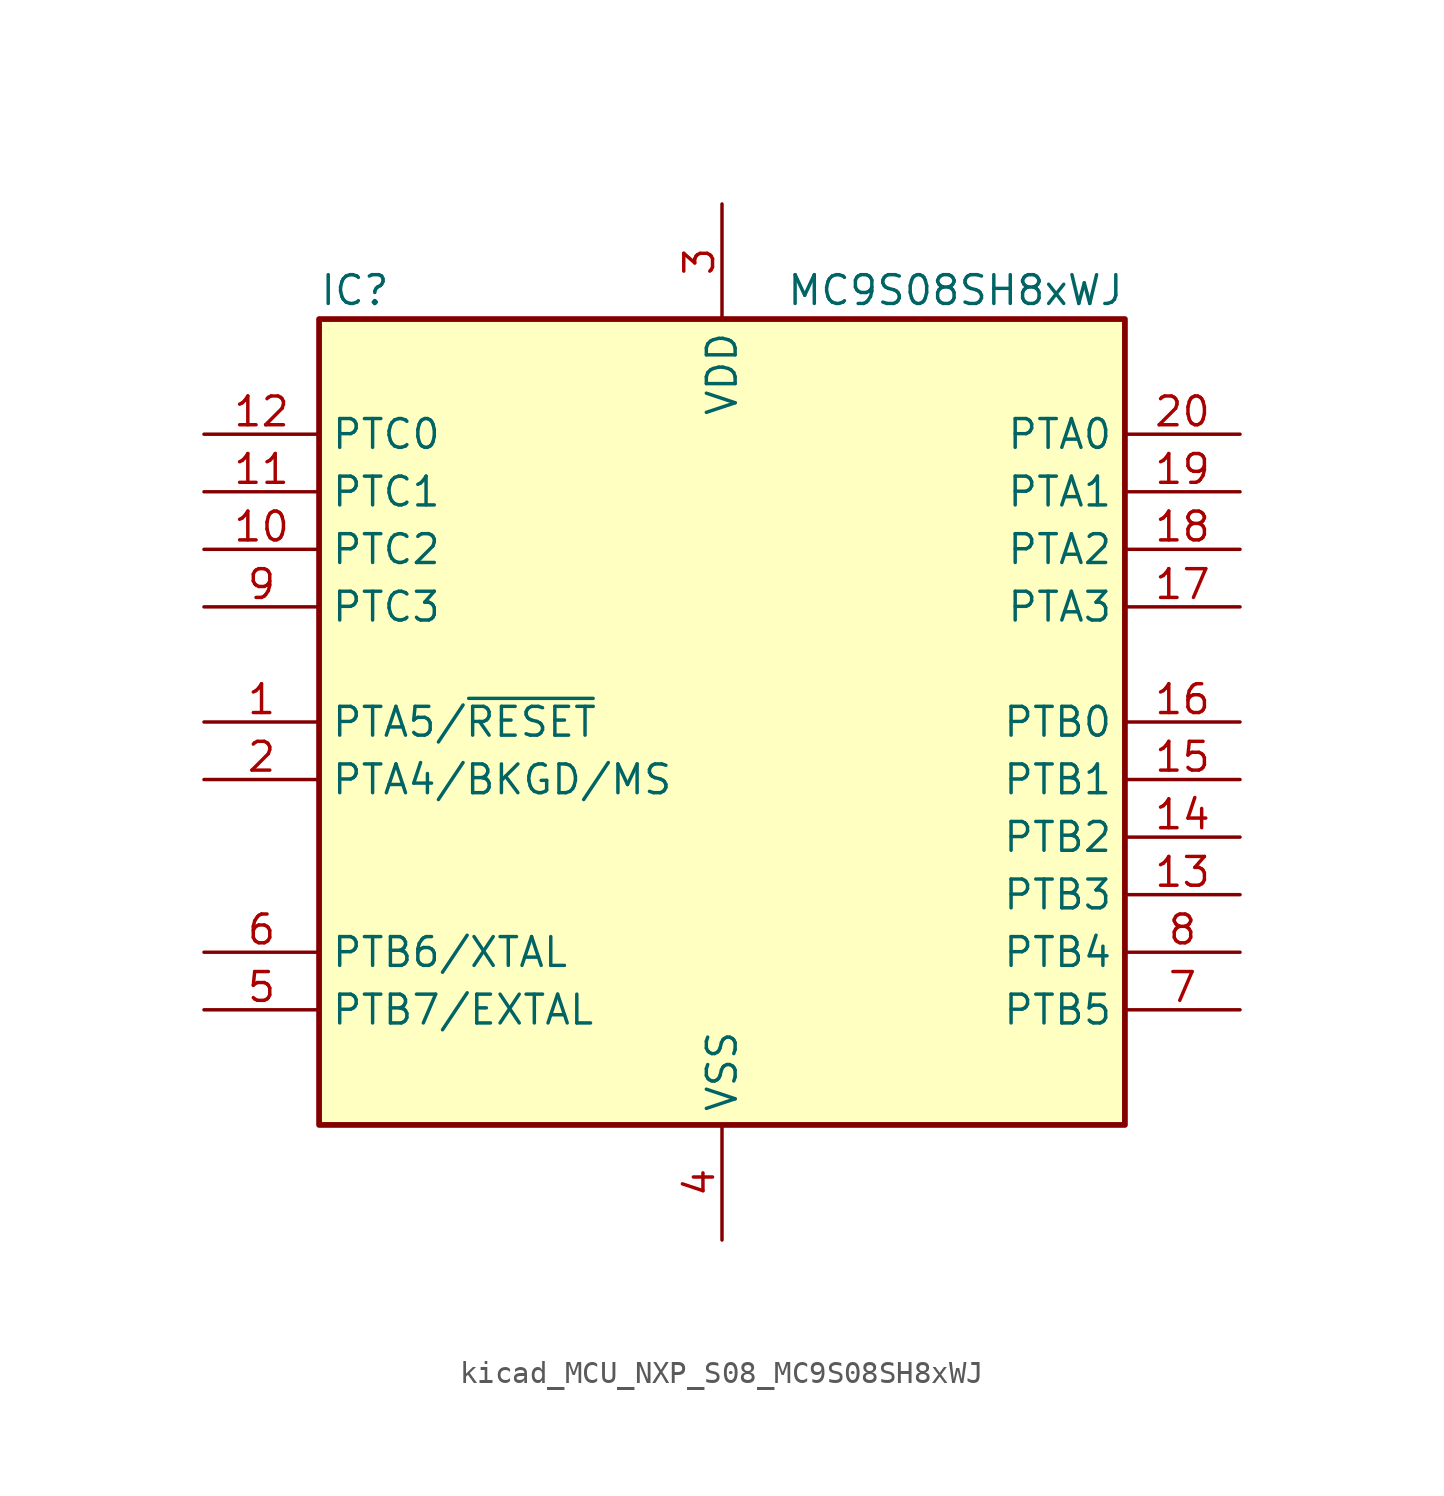
<source format=kicad_sym>
(kicad_symbol_lib
  (version 20220914)
  (generator kicad_symbol_editor)
  (symbol "kicad_MCU_NXP_S08_MC9S08SH8xWJ"
    (property "Reference" "IC"
      (at -17.78 19.05 0)
      (effects (font (size 1.27 1.27)) (justify left)))
    (property "Value" "MC9S08SH8xWJ"
      (at 17.78 19.05 0)
      (effects (font (size 1.27 1.27)) (justify right)))
    (symbol "kicad_MCU_NXP_S08_MC9S08SH8xWJ_0_1"
      (rectangle (start -17.78 17.78) (end 17.78 -17.78) (stroke (width 0.254) (type default)) (fill (type background))))
    (symbol "kicad_MCU_NXP_S08_MC9S08SH8xWJ_1_1"
      (pin bidirectional line (at -22.86 0 0) (length 5.08) (name "PTA5/~{RESET}" (effects (font (size 1.27 1.27)))) (number "1" (effects (font (size 1.27 1.27)))))
      (pin bidirectional line (at -22.86 7.62 0) (length 5.08) (name "PTC2" (effects (font (size 1.27 1.27)))) (number "10" (effects (font (size 1.27 1.27)))))
      (pin bidirectional line (at -22.86 10.16 0) (length 5.08) (name "PTC1" (effects (font (size 1.27 1.27)))) (number "11" (effects (font (size 1.27 1.27)))))
      (pin bidirectional line (at -22.86 12.7 0) (length 5.08) (name "PTC0" (effects (font (size 1.27 1.27)))) (number "12" (effects (font (size 1.27 1.27)))))
      (pin bidirectional line (at 22.86 -7.62 180) (length 5.08) (name "PTB3" (effects (font (size 1.27 1.27)))) (number "13" (effects (font (size 1.27 1.27)))))
      (pin bidirectional line (at 22.86 -5.08 180) (length 5.08) (name "PTB2" (effects (font (size 1.27 1.27)))) (number "14" (effects (font (size 1.27 1.27)))))
      (pin bidirectional line (at 22.86 -2.54 180) (length 5.08) (name "PTB1" (effects (font (size 1.27 1.27)))) (number "15" (effects (font (size 1.27 1.27)))))
      (pin bidirectional line (at 22.86 0 180) (length 5.08) (name "PTB0" (effects (font (size 1.27 1.27)))) (number "16" (effects (font (size 1.27 1.27)))))
      (pin bidirectional line (at 22.86 5.08 180) (length 5.08) (name "PTA3" (effects (font (size 1.27 1.27)))) (number "17" (effects (font (size 1.27 1.27)))))
      (pin bidirectional line (at 22.86 7.62 180) (length 5.08) (name "PTA2" (effects (font (size 1.27 1.27)))) (number "18" (effects (font (size 1.27 1.27)))))
      (pin bidirectional line (at 22.86 10.16 180) (length 5.08) (name "PTA1" (effects (font (size 1.27 1.27)))) (number "19" (effects (font (size 1.27 1.27)))))
      (pin bidirectional line (at -22.86 -2.54 0) (length 5.08) (name "PTA4/BKGD/MS" (effects (font (size 1.27 1.27)))) (number "2" (effects (font (size 1.27 1.27)))))
      (pin bidirectional line (at 22.86 12.7 180) (length 5.08) (name "PTA0" (effects (font (size 1.27 1.27)))) (number "20" (effects (font (size 1.27 1.27)))))
      (pin power_in line (at 0 22.86 270) (length 5.08) (name "VDD" (effects (font (size 1.27 1.27)))) (number "3" (effects (font (size 1.27 1.27)))))
      (pin power_in line (at 0 -22.86 90) (length 5.08) (name "VSS" (effects (font (size 1.27 1.27)))) (number "4" (effects (font (size 1.27 1.27)))))
      (pin bidirectional line (at -22.86 -12.7 0) (length 5.08) (name "PTB7/EXTAL" (effects (font (size 1.27 1.27)))) (number "5" (effects (font (size 1.27 1.27)))))
      (pin bidirectional line (at -22.86 -10.16 0) (length 5.08) (name "PTB6/XTAL" (effects (font (size 1.27 1.27)))) (number "6" (effects (font (size 1.27 1.27)))))
      (pin bidirectional line (at 22.86 -12.7 180) (length 5.08) (name "PTB5" (effects (font (size 1.27 1.27)))) (number "7" (effects (font (size 1.27 1.27)))))
      (pin bidirectional line (at 22.86 -10.16 180) (length 5.08) (name "PTB4" (effects (font (size 1.27 1.27)))) (number "8" (effects (font (size 1.27 1.27)))))
      (pin bidirectional line (at -22.86 5.08 0) (length 5.08) (name "PTC3" (effects (font (size 1.27 1.27)))) (number "9" (effects (font (size 1.27 1.27))))))))
</source>
